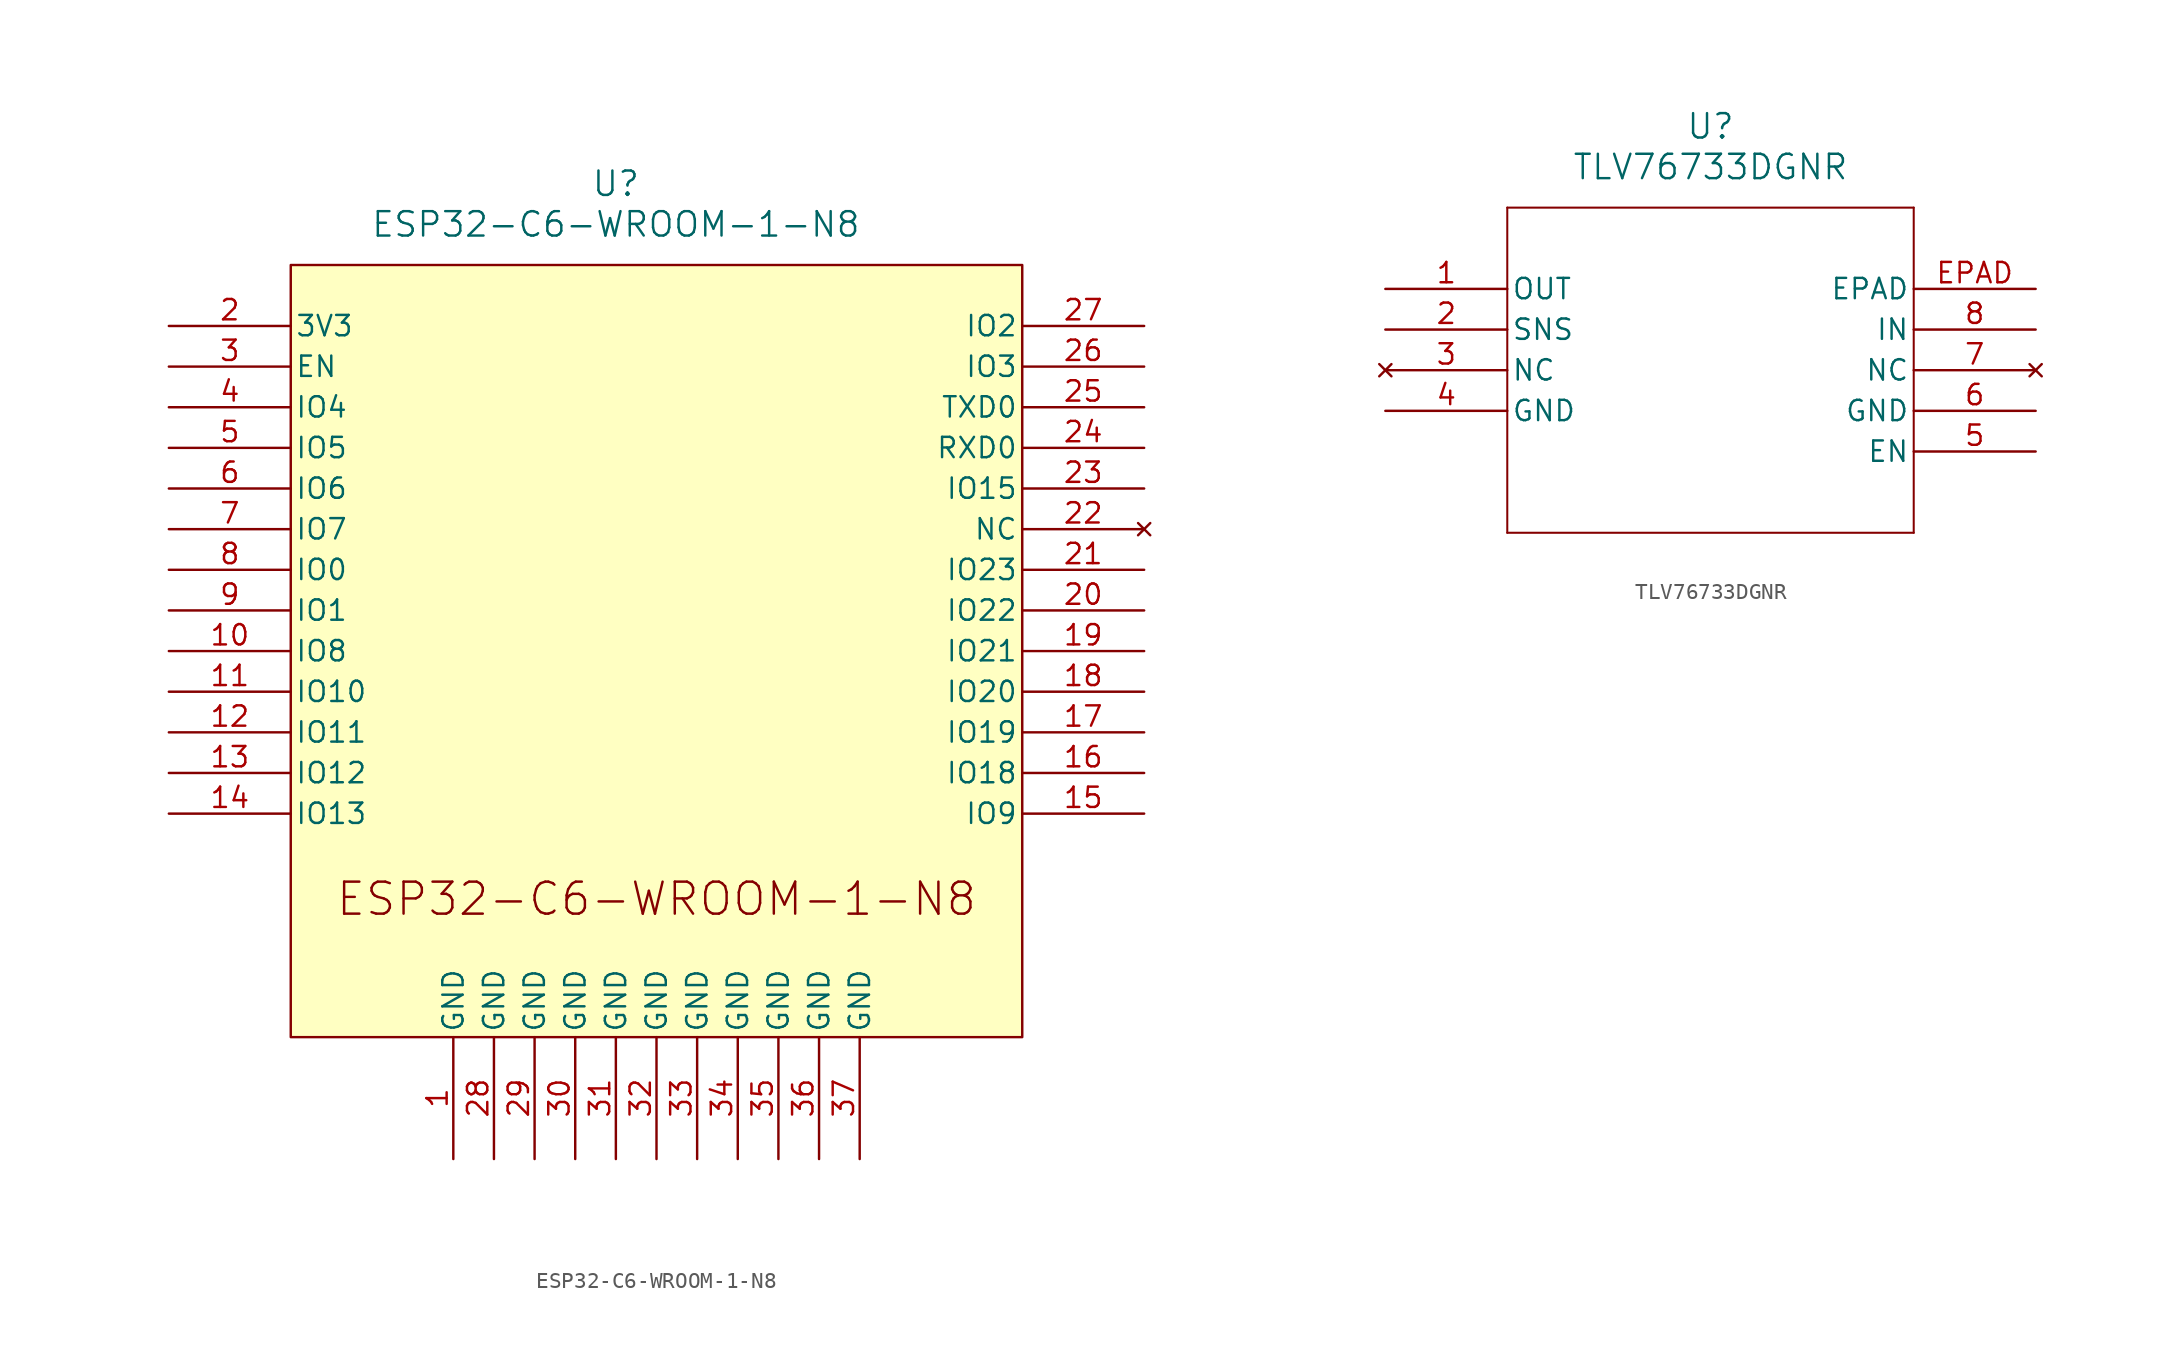
<source format=kicad_sym>
(kicad_symbol_lib
  (version 20231120)
  (generator "kicad_symbol_editor")
  (generator_version "8.0")
  (symbol "ESP32-C6-WROOM-1-N8"
    (pin_names
      (offset 0.254))
    (property "Reference" "U"
      (at 20.32 10.16 0)
      (effects (font (size 1.524 1.524))))
    (property "Value" "ESP32-C6-WROOM-1-N8"
      (at 20.32 7.62 0)
      (effects (font (size 1.524 1.524))))
    (symbol "ESP32-C6-WROOM-1-N8_0_1"
      (pin power_out line (at 10.16 -50.8 90) (length 7.62) (name "GND" (effects (font (size 1.27 1.27)))) (number "1" (effects (font (size 1.27 1.27)))))
      (pin bidirectional line (at -7.62 -19.05 0) (length 7.62) (name "IO8" (effects (font (size 1.27 1.27)))) (number "10" (effects (font (size 1.27 1.27)))))
      (pin bidirectional line (at -7.62 -21.59 0) (length 7.62) (name "IO10" (effects (font (size 1.27 1.27)))) (number "11" (effects (font (size 1.27 1.27)))))
      (pin bidirectional line (at -7.62 -24.13 0) (length 7.62) (name "IO11" (effects (font (size 1.27 1.27)))) (number "12" (effects (font (size 1.27 1.27)))))
      (pin bidirectional line (at -7.62 -26.67 0) (length 7.62) (name "IO12" (effects (font (size 1.27 1.27)))) (number "13" (effects (font (size 1.27 1.27)))))
      (pin bidirectional line (at -7.62 -29.21 0) (length 7.62) (name "IO13" (effects (font (size 1.27 1.27)))) (number "14" (effects (font (size 1.27 1.27)))))
      (pin bidirectional line (at 53.34 -29.21 180) (length 7.62) (name "IO9" (effects (font (size 1.27 1.27)))) (number "15" (effects (font (size 1.27 1.27)))))
      (pin bidirectional line (at 53.34 -26.67 180) (length 7.62) (name "IO18" (effects (font (size 1.27 1.27)))) (number "16" (effects (font (size 1.27 1.27)))))
      (pin bidirectional line (at 53.34 -24.13 180) (length 7.62) (name "IO19" (effects (font (size 1.27 1.27)))) (number "17" (effects (font (size 1.27 1.27)))))
      (pin bidirectional line (at 53.34 -21.59 180) (length 7.62) (name "IO20" (effects (font (size 1.27 1.27)))) (number "18" (effects (font (size 1.27 1.27)))))
      (pin bidirectional line (at 53.34 -19.05 180) (length 7.62) (name "IO21" (effects (font (size 1.27 1.27)))) (number "19" (effects (font (size 1.27 1.27)))))
      (pin power_in line (at -7.62 1.27 0) (length 7.62) (name "3V3" (effects (font (size 1.27 1.27)))) (number "2" (effects (font (size 1.27 1.27)))))
      (pin bidirectional line (at 53.34 -16.51 180) (length 7.62) (name "IO22" (effects (font (size 1.27 1.27)))) (number "20" (effects (font (size 1.27 1.27)))))
      (pin bidirectional line (at 53.34 -13.97 180) (length 7.62) (name "IO23" (effects (font (size 1.27 1.27)))) (number "21" (effects (font (size 1.27 1.27)))))
      (pin no_connect line (at 53.34 -11.43 180) (length 7.62) (name "NC" (effects (font (size 1.27 1.27)))) (number "22" (effects (font (size 1.27 1.27)))))
      (pin bidirectional line (at 53.34 -8.89 180) (length 7.62) (name "IO15" (effects (font (size 1.27 1.27)))) (number "23" (effects (font (size 1.27 1.27)))))
      (pin bidirectional line (at 53.34 -6.35 180) (length 7.62) (name "RXD0" (effects (font (size 1.27 1.27)))) (number "24" (effects (font (size 1.27 1.27)))))
      (pin bidirectional line (at 53.34 -3.81 180) (length 7.62) (name "TXD0" (effects (font (size 1.27 1.27)))) (number "25" (effects (font (size 1.27 1.27)))))
      (pin bidirectional line (at 53.34 -1.27 180) (length 7.62) (name "IO3" (effects (font (size 1.27 1.27)))) (number "26" (effects (font (size 1.27 1.27)))))
      (pin bidirectional line (at 53.34 1.27 180) (length 7.62) (name "IO2" (effects (font (size 1.27 1.27)))) (number "27" (effects (font (size 1.27 1.27)))))
      (pin power_out line (at 12.7 -50.8 90) (length 7.62) (name "GND" (effects (font (size 1.27 1.27)))) (number "28" (effects (font (size 1.27 1.27)))))
      (pin power_out line (at 15.24 -50.8 90) (length 7.62) (name "GND" (effects (font (size 1.27 1.27)))) (number "29" (effects (font (size 1.27 1.27)))))
      (pin input line (at -7.62 -1.27 0) (length 7.62) (name "EN" (effects (font (size 1.27 1.27)))) (number "3" (effects (font (size 1.27 1.27)))))
      (pin power_out line (at 17.78 -50.8 90) (length 7.62) (name "GND" (effects (font (size 1.27 1.27)))) (number "30" (effects (font (size 1.27 1.27)))))
      (pin power_out line (at 20.32 -50.8 90) (length 7.62) (name "GND" (effects (font (size 1.27 1.27)))) (number "31" (effects (font (size 1.27 1.27)))))
      (pin power_out line (at 22.86 -50.8 90) (length 7.62) (name "GND" (effects (font (size 1.27 1.27)))) (number "32" (effects (font (size 1.27 1.27)))))
      (pin power_out line (at 25.4 -50.8 90) (length 7.62) (name "GND" (effects (font (size 1.27 1.27)))) (number "33" (effects (font (size 1.27 1.27)))))
      (pin power_out line (at 27.94 -50.8 90) (length 7.62) (name "GND" (effects (font (size 1.27 1.27)))) (number "34" (effects (font (size 1.27 1.27)))))
      (pin power_out line (at 30.48 -50.8 90) (length 7.62) (name "GND" (effects (font (size 1.27 1.27)))) (number "35" (effects (font (size 1.27 1.27)))))
      (pin power_out line (at 33.02 -50.8 90) (length 7.62) (name "GND" (effects (font (size 1.27 1.27)))) (number "36" (effects (font (size 1.27 1.27)))))
      (pin power_out line (at 35.56 -50.8 90) (length 7.62) (name "GND" (effects (font (size 1.27 1.27)))) (number "37" (effects (font (size 1.27 1.27)))))
      (pin bidirectional line (at -7.62 -3.81 0) (length 7.62) (name "IO4" (effects (font (size 1.27 1.27)))) (number "4" (effects (font (size 1.27 1.27)))))
      (pin bidirectional line (at -7.62 -6.35 0) (length 7.62) (name "IO5" (effects (font (size 1.27 1.27)))) (number "5" (effects (font (size 1.27 1.27)))))
      (pin bidirectional line (at -7.62 -8.89 0) (length 7.62) (name "IO6" (effects (font (size 1.27 1.27)))) (number "6" (effects (font (size 1.27 1.27)))))
      (pin bidirectional line (at -7.62 -11.43 0) (length 7.62) (name "IO7" (effects (font (size 1.27 1.27)))) (number "7" (effects (font (size 1.27 1.27)))))
      (pin bidirectional line (at -7.62 -13.97 0) (length 7.62) (name "IO0" (effects (font (size 1.27 1.27)))) (number "8" (effects (font (size 1.27 1.27)))))
      (pin bidirectional line (at -7.62 -16.51 0) (length 7.62) (name "IO1" (effects (font (size 1.27 1.27)))) (number "9" (effects (font (size 1.27 1.27))))))
    (symbol "ESP32-C6-WROOM-1-N8_1_0"
      (text "ESP32-C6-WROOM-1-N8" (at 22.86 -34.544 0) (effects (font (size 2 2)))))
    (symbol "ESP32-C6-WROOM-1-N8_1_1"
      (rectangle (start 0 5.08) (end 45.72 -43.18) (stroke (width 0) (type default)) (fill (type background)))))
  (symbol "TLV76733DGNR"
    (pin_names
      (offset 0.254))
    (property "Reference" "U"
      (at 20.32 10.16 0)
      (effects (font (size 1.524 1.524))))
    (property "Value" "TLV76733DGNR"
      (at 20.32 7.62 0)
      (effects (font (size 1.524 1.524))))
    (symbol "TLV76733DGNR_0_1"
      (polyline (pts (xy 7.62 -15.24) (xy 33.02 -15.24)) (stroke (width 0.127) (type default)) (fill (type none)))
      (polyline (pts (xy 7.62 5.08) (xy 7.62 -15.24)) (stroke (width 0.127) (type default)) (fill (type none)))
      (polyline (pts (xy 33.02 -15.24) (xy 33.02 5.08)) (stroke (width 0.127) (type default)) (fill (type none)))
      (polyline (pts (xy 33.02 5.08) (xy 7.62 5.08)) (stroke (width 0.127) (type default)) (fill (type none)))
      (pin output line (at 0 0 0) (length 7.62) (name "OUT" (effects (font (size 1.27 1.27)))) (number "1" (effects (font (size 1.27 1.27)))))
      (pin input line (at 0 -2.54 0) (length 7.62) (name "SNS" (effects (font (size 1.27 1.27)))) (number "2" (effects (font (size 1.27 1.27)))))
      (pin no_connect line (at 0 -5.08 0) (length 7.62) (name "NC" (effects (font (size 1.27 1.27)))) (number "3" (effects (font (size 1.27 1.27)))))
      (pin power_out line (at 0 -7.62 0) (length 7.62) (name "GND" (effects (font (size 1.27 1.27)))) (number "4" (effects (font (size 1.27 1.27)))))
      (pin input line (at 40.64 -10.16 180) (length 7.62) (name "EN" (effects (font (size 1.27 1.27)))) (number "5" (effects (font (size 1.27 1.27)))))
      (pin power_out line (at 40.64 -7.62 180) (length 7.62) (name "GND" (effects (font (size 1.27 1.27)))) (number "6" (effects (font (size 1.27 1.27)))))
      (pin no_connect line (at 40.64 -5.08 180) (length 7.62) (name "NC" (effects (font (size 1.27 1.27)))) (number "7" (effects (font (size 1.27 1.27)))))
      (pin input line (at 40.64 -2.54 180) (length 7.62) (name "IN" (effects (font (size 1.27 1.27)))) (number "8" (effects (font (size 1.27 1.27)))))
      (pin power_out line (at 40.64 0 180) (length 7.62) (name "EPAD" (effects (font (size 1.27 1.27)))) (number "EPAD" (effects (font (size 1.27 1.27))))))))
</source>
